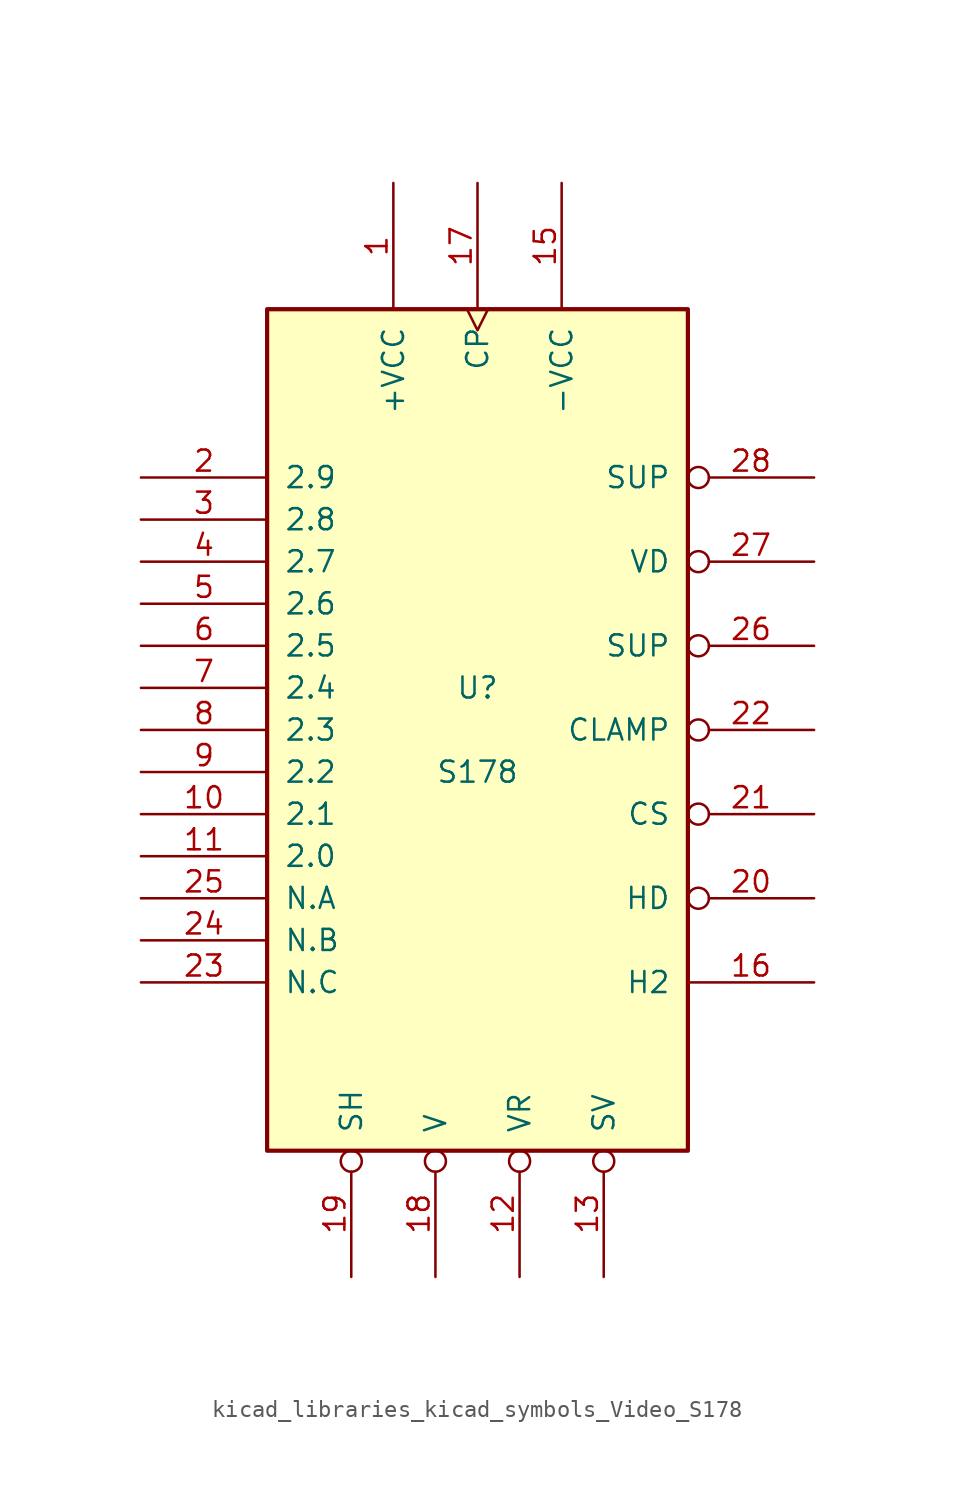
<source format=kicad_sym>
(kicad_symbol_lib
  (version 20220914)
  (generator kicad_symbol_editor)
  (symbol "kicad_libraries_kicad_symbols_Video_S178"
    (pin_names
      (offset 1.016))
    (property "Reference" "U"
      (at 0 2.54 0)
      (effects (font (size 1.27 1.27))))
    (property "Value" "S178"
      (at 0 -2.54 0)
      (effects (font (size 1.27 1.27))))
    (symbol "kicad_libraries_kicad_symbols_Video_S178_0_1"
      (rectangle (start -12.7 -25.4) (end 12.7 25.4) (stroke (width 0.254) (type default)) (fill (type background))))
    (symbol "kicad_libraries_kicad_symbols_Video_S178_1_1"
      (pin input line (at -5.08 33.02 270) (length 7.62) (name "+VCC" (effects (font (size 1.27 1.27)))) (number "1" (effects (font (size 1.27 1.27)))))
      (pin input line (at -20.32 -5.08 0) (length 7.62) (name "2.1" (effects (font (size 1.27 1.27)))) (number "10" (effects (font (size 1.27 1.27)))))
      (pin input line (at -20.32 -7.62 0) (length 7.62) (name "2.0" (effects (font (size 1.27 1.27)))) (number "11" (effects (font (size 1.27 1.27)))))
      (pin input inverted (at 2.54 -33.02 90) (length 7.62) (name "VR" (effects (font (size 1.27 1.27)))) (number "12" (effects (font (size 1.27 1.27)))))
      (pin input inverted (at 7.62 -33.02 90) (length 7.62) (name "SV" (effects (font (size 1.27 1.27)))) (number "13" (effects (font (size 1.27 1.27)))))
      (pin input line (at 5.08 33.02 270) (length 7.62) (name "-VCC" (effects (font (size 1.27 1.27)))) (number "15" (effects (font (size 1.27 1.27)))))
      (pin output line (at 20.32 -15.24 180) (length 7.62) (name "H2" (effects (font (size 1.27 1.27)))) (number "16" (effects (font (size 1.27 1.27)))))
      (pin input clock (at 0 33.02 270) (length 7.62) (name "CP" (effects (font (size 1.27 1.27)))) (number "17" (effects (font (size 1.27 1.27)))))
      (pin input inverted (at -2.54 -33.02 90) (length 7.62) (name "V" (effects (font (size 1.27 1.27)))) (number "18" (effects (font (size 1.27 1.27)))))
      (pin input inverted (at -7.62 -33.02 90) (length 7.62) (name "SH" (effects (font (size 1.27 1.27)))) (number "19" (effects (font (size 1.27 1.27)))))
      (pin input line (at -20.32 15.24 0) (length 7.62) (name "2.9" (effects (font (size 1.27 1.27)))) (number "2" (effects (font (size 1.27 1.27)))))
      (pin output inverted (at 20.32 -10.16 180) (length 7.62) (name "HD" (effects (font (size 1.27 1.27)))) (number "20" (effects (font (size 1.27 1.27)))))
      (pin output inverted (at 20.32 -5.08 180) (length 7.62) (name "CS" (effects (font (size 1.27 1.27)))) (number "21" (effects (font (size 1.27 1.27)))))
      (pin output inverted (at 20.32 0 180) (length 7.62) (name "CLAMP" (effects (font (size 1.27 1.27)))) (number "22" (effects (font (size 1.27 1.27)))))
      (pin input line (at -20.32 -15.24 0) (length 7.62) (name "N.C" (effects (font (size 1.27 1.27)))) (number "23" (effects (font (size 1.27 1.27)))))
      (pin input line (at -20.32 -12.7 0) (length 7.62) (name "N.B" (effects (font (size 1.27 1.27)))) (number "24" (effects (font (size 1.27 1.27)))))
      (pin input line (at -20.32 -10.16 0) (length 7.62) (name "N.A" (effects (font (size 1.27 1.27)))) (number "25" (effects (font (size 1.27 1.27)))))
      (pin output inverted (at 20.32 5.08 180) (length 7.62) (name "SUP" (effects (font (size 1.27 1.27)))) (number "26" (effects (font (size 1.27 1.27)))))
      (pin output inverted (at 20.32 10.16 180) (length 7.62) (name "VD" (effects (font (size 1.27 1.27)))) (number "27" (effects (font (size 1.27 1.27)))))
      (pin output inverted (at 20.32 15.24 180) (length 7.62) (name "SUP" (effects (font (size 1.27 1.27)))) (number "28" (effects (font (size 1.27 1.27)))))
      (pin input line (at -20.32 12.7 0) (length 7.62) (name "2.8" (effects (font (size 1.27 1.27)))) (number "3" (effects (font (size 1.27 1.27)))))
      (pin input line (at -20.32 10.16 0) (length 7.62) (name "2.7" (effects (font (size 1.27 1.27)))) (number "4" (effects (font (size 1.27 1.27)))))
      (pin input line (at -20.32 7.62 0) (length 7.62) (name "2.6" (effects (font (size 1.27 1.27)))) (number "5" (effects (font (size 1.27 1.27)))))
      (pin input line (at -20.32 5.08 0) (length 7.62) (name "2.5" (effects (font (size 1.27 1.27)))) (number "6" (effects (font (size 1.27 1.27)))))
      (pin input line (at -20.32 2.54 0) (length 7.62) (name "2.4" (effects (font (size 1.27 1.27)))) (number "7" (effects (font (size 1.27 1.27)))))
      (pin input line (at -20.32 0 0) (length 7.62) (name "2.3" (effects (font (size 1.27 1.27)))) (number "8" (effects (font (size 1.27 1.27)))))
      (pin input line (at -20.32 -2.54 0) (length 7.62) (name "2.2" (effects (font (size 1.27 1.27)))) (number "9" (effects (font (size 1.27 1.27))))))))
</source>
